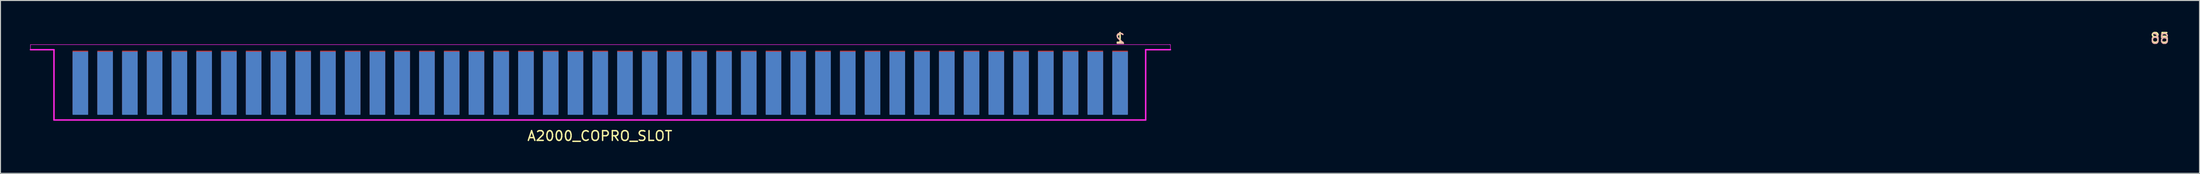
<source format=kicad_pcb>
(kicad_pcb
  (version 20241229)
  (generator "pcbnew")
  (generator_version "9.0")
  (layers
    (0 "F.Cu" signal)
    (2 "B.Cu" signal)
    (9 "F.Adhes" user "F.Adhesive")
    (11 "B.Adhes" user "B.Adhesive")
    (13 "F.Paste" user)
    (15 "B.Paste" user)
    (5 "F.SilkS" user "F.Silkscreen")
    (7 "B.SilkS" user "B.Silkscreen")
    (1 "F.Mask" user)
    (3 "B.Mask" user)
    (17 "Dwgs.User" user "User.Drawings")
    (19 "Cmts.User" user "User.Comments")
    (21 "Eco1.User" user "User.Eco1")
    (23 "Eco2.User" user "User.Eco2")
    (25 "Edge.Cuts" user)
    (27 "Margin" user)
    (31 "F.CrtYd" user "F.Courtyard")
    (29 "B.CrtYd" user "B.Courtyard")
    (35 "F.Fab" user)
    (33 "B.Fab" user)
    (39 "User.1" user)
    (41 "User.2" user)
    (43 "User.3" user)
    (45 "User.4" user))
  (footprint "A2000_COPRO_SLOT"
    (layer "F.Cu")
    (at 25.475 10.448)
    (property "Reference" "A2000_COPRO_SLOT" (at 33.02 0.5 0) (layer "F.SilkS") (effects (font (size 1 1) (thickness 0.15))))
    (attr through_hole)
    (fp_line (start -25.4 -8.9) (end -25.4 -8.382) (stroke (width 0.05) (type default)) (layer "F.CrtYd"))
    (fp_line (start -22.987 -8.382) (end -25.4 -8.382) (stroke (width 0.15) (type solid)) (layer "F.CrtYd"))
    (fp_line (start -22.987 -1.143) (end -22.987 -8.382) (stroke (width 0.15) (type solid)) (layer "F.CrtYd"))
    (fp_line (start 89.027 -8.382) (end 89.027 -1.143) (stroke (width 0.15) (type solid)) (layer "F.CrtYd"))
    (fp_line (start 89.027 -8.382) (end 91.567 -8.382) (stroke (width 0.15) (type solid)) (layer "F.CrtYd"))
    (fp_line (start 89.027 -1.143) (end -22.987 -1.143) (stroke (width 0.15) (type solid)) (layer "F.CrtYd"))
    (fp_line (start 91.45 -8.9) (end 91.567 -8.9) (stroke (width 0.05) (type default)) (layer "F.CrtYd"))
    (fp_line (start 91.55 -8.9) (end -25.4 -8.9) (stroke (width 0.05) (type default)) (layer "F.CrtYd"))
    (fp_line (start 91.567 -8.382) (end 91.567 -8.9) (stroke (width 0.05) (type default)) (layer "F.CrtYd"))
    (fp_text user "85" (at 193.08 -9.6 0) (layer "F.SilkS") (effects (font (size 1 1) (thickness 0.15))))
    (fp_text user "1" (at 86.4 -9.6 0) (layer "F.SilkS") (effects (font (size 1 1) (thickness 0.15))))
    (fp_text user "2" (at 86.4 -9.5 0) (layer "B.SilkS") (effects (font (size 1 1) (thickness 0.15)) (justify mirror)))
    (fp_text user "86" (at 193.08 -9.5 0) (layer "B.SilkS") (effects (font (size 1 1) (thickness 0.15)) (justify mirror)))
    (pad "" smd rect (at 33.02 -4.699) (size 112.014 7.239) (layers "*.Mask"))
    (pad "1" smd rect (at 86.4 -5.028) (size 1.6 6.5) (layers "F.Cu" "F.Mask" "F.Paste"))
    (pad "2" smd rect (at 86.4 -4.928) (size 1.6 6.5) (layers "B.Cu" "B.Mask" "B.Paste"))
    (pad "3" smd rect (at 83.86 -5.028) (size 1.6 6.5) (layers "F.Cu" "F.Mask" "F.Paste"))
    (pad "4" smd rect (at 83.86 -4.928) (size 1.6 6.5) (layers "B.Cu" "B.Mask" "B.Paste"))
    (pad "5" smd rect (at 81.32 -5.028) (size 1.6 6.5) (layers "F.Cu" "F.Mask" "F.Paste"))
    (pad "6" smd rect (at 81.32 -4.928) (size 1.6 6.5) (layers "B.Cu" "B.Mask" "B.Paste"))
    (pad "7" smd rect (at 78.78 -5.028) (size 1.6 6.5) (layers "F.Cu" "F.Mask" "F.Paste"))
    (pad "8" smd rect (at 78.78 -4.928) (size 1.6 6.5) (layers "B.Cu" "B.Mask" "B.Paste"))
    (pad "9" smd rect (at 76.24 -5.028) (size 1.6 6.5) (layers "F.Cu" "F.Mask" "F.Paste"))
    (pad "10" smd rect (at 76.24 -4.928) (size 1.6 6.5) (layers "B.Cu" "B.Mask" "B.Paste"))
    (pad "11" smd rect (at 73.7 -5.028) (size 1.6 6.5) (layers "F.Cu" "F.Mask" "F.Paste"))
    (pad "12" smd rect (at 73.7 -4.928) (size 1.6 6.5) (layers "B.Cu" "B.Mask" "B.Paste"))
    (pad "13" smd rect (at 71.16 -5.028) (size 1.6 6.5) (layers "F.Cu" "F.Mask" "F.Paste"))
    (pad "14" smd rect (at 71.16 -4.928) (size 1.6 6.5) (layers "B.Cu" "B.Mask" "B.Paste"))
    (pad "15" smd rect (at 68.62 -5.028) (size 1.6 6.5) (layers "F.Cu" "F.Mask" "F.Paste"))
    (pad "16" smd rect (at 68.62 -4.928) (size 1.6 6.5) (layers "B.Cu" "B.Mask" "B.Paste"))
    (pad "17" smd rect (at 66.08 -5.028) (size 1.6 6.5) (layers "F.Cu" "F.Mask" "F.Paste"))
    (pad "18" smd rect (at 66.08 -4.928) (size 1.6 6.5) (layers "B.Cu" "B.Mask" "B.Paste"))
    (pad "19" smd rect (at 63.54 -5.028) (size 1.6 6.5) (layers "F.Cu" "F.Mask" "F.Paste"))
    (pad "20" smd rect (at 63.54 -4.928) (size 1.6 6.5) (layers "B.Cu" "B.Mask" "B.Paste"))
    (pad "21" smd rect (at 61 -5.028) (size 1.6 6.5) (layers "F.Cu" "F.Mask" "F.Paste"))
    (pad "22" smd rect (at 61 -4.928) (size 1.6 6.5) (layers "B.Cu" "B.Mask" "B.Paste"))
    (pad "23" smd rect (at 58.46 -5.028) (size 1.6 6.5) (layers "F.Cu" "F.Mask" "F.Paste"))
    (pad "24" smd rect (at 58.46 -4.928) (size 1.6 6.5) (layers "B.Cu" "B.Mask" "B.Paste"))
    (pad "25" smd rect (at 55.92 -5.028) (size 1.6 6.5) (layers "F.Cu" "F.Mask" "F.Paste"))
    (pad "26" smd rect (at 55.92 -4.928) (size 1.6 6.5) (layers "B.Cu" "B.Mask" "B.Paste"))
    (pad "27" smd rect (at 53.38 -5.028) (size 1.6 6.5) (layers "F.Cu" "F.Mask" "F.Paste"))
    (pad "28" smd rect (at 53.38 -4.928) (size 1.6 6.5) (layers "B.Cu" "B.Mask" "B.Paste"))
    (pad "29" smd rect (at 50.84 -5.028) (size 1.6 6.5) (layers "F.Cu" "F.Mask" "F.Paste"))
    (pad "30" smd rect (at 50.84 -4.928) (size 1.6 6.5) (layers "B.Cu" "B.Mask" "B.Paste"))
    (pad "31" smd rect (at 48.3 -5.028) (size 1.6 6.5) (layers "F.Cu" "F.Mask" "F.Paste"))
    (pad "32" smd rect (at 48.3 -4.928) (size 1.6 6.5) (layers "B.Cu" "B.Mask" "B.Paste"))
    (pad "33" smd rect (at 45.76 -5.028) (size 1.6 6.5) (layers "F.Cu" "F.Mask" "F.Paste"))
    (pad "34" smd rect (at 45.76 -4.928) (size 1.6 6.5) (layers "B.Cu" "B.Mask" "B.Paste"))
    (pad "35" smd rect (at 43.22 -5.028) (size 1.6 6.5) (layers "F.Cu" "F.Mask" "F.Paste"))
    (pad "36" smd rect (at 43.22 -4.928) (size 1.6 6.5) (layers "B.Cu" "B.Mask" "B.Paste"))
    (pad "37" smd rect (at 40.68 -5.028) (size 1.6 6.5) (layers "F.Cu" "F.Mask" "F.Paste"))
    (pad "38" smd rect (at 40.68 -4.928) (size 1.6 6.5) (layers "B.Cu" "B.Mask" "B.Paste"))
    (pad "39" smd rect (at 38.14 -5.028) (size 1.6 6.5) (layers "F.Cu" "F.Mask" "F.Paste"))
    (pad "40" smd rect (at 38.14 -4.928) (size 1.6 6.5) (layers "B.Cu" "B.Mask" "B.Paste"))
    (pad "41" smd rect (at 35.6 -5.028) (size 1.6 6.5) (layers "F.Cu" "F.Mask" "F.Paste"))
    (pad "42" smd rect (at 35.6 -4.928) (size 1.6 6.5) (layers "B.Cu" "B.Mask" "B.Paste"))
    (pad "43" smd rect (at 33.06 -5.028) (size 1.6 6.5) (layers "F.Cu" "F.Mask" "F.Paste"))
    (pad "44" smd rect (at 33.06 -4.928) (size 1.6 6.5) (layers "B.Cu" "B.Mask" "B.Paste"))
    (pad "45" smd rect (at 30.52 -5.028) (size 1.6 6.5) (layers "F.Cu" "F.Mask" "F.Paste"))
    (pad "46" smd rect (at 30.52 -4.928) (size 1.6 6.5) (layers "B.Cu" "B.Mask" "B.Paste"))
    (pad "47" smd rect (at 27.98 -5.028) (size 1.6 6.5) (layers "F.Cu" "F.Mask" "F.Paste"))
    (pad "48" smd rect (at 27.98 -4.928) (size 1.6 6.5) (layers "B.Cu" "B.Mask" "B.Paste"))
    (pad "49" smd rect (at 25.44 -5.028) (size 1.6 6.5) (layers "F.Cu" "F.Mask" "F.Paste"))
    (pad "50" smd rect (at 25.44 -4.928) (size 1.6 6.5) (layers "B.Cu" "B.Mask" "B.Paste"))
    (pad "51" smd rect (at 22.9 -5.028) (size 1.6 6.5) (layers "F.Cu" "F.Mask" "F.Paste"))
    (pad "52" smd rect (at 22.9 -4.928) (size 1.6 6.5) (layers "B.Cu" "B.Mask" "B.Paste"))
    (pad "53" smd rect (at 20.36 -5.028) (size 1.6 6.5) (layers "F.Cu" "F.Mask" "F.Paste"))
    (pad "54" smd rect (at 20.36 -4.928) (size 1.6 6.5) (layers "B.Cu" "B.Mask" "B.Paste"))
    (pad "55" smd rect (at 17.82 -5.028) (size 1.6 6.5) (layers "F.Cu" "F.Mask" "F.Paste"))
    (pad "56" smd rect (at 17.82 -4.928) (size 1.6 6.5) (layers "B.Cu" "B.Mask" "B.Paste"))
    (pad "57" smd rect (at 15.28 -5.028) (size 1.6 6.5) (layers "F.Cu" "F.Mask" "F.Paste"))
    (pad "58" smd rect (at 15.28 -4.928) (size 1.6 6.5) (layers "B.Cu" "B.Mask" "B.Paste"))
    (pad "59" smd rect (at 12.74 -5.028) (size 1.6 6.5) (layers "F.Cu" "F.Mask" "F.Paste"))
    (pad "60" smd rect (at 12.74 -4.928) (size 1.6 6.5) (layers "B.Cu" "B.Mask" "B.Paste"))
    (pad "61" smd rect (at 10.2 -5.028) (size 1.6 6.5) (layers "F.Cu" "F.Mask" "F.Paste"))
    (pad "62" smd rect (at 10.2 -4.928) (size 1.6 6.5) (layers "B.Cu" "B.Mask" "B.Paste"))
    (pad "63" smd rect (at 7.66 -5.028) (size 1.6 6.5) (layers "F.Cu" "F.Mask" "F.Paste"))
    (pad "64" smd rect (at 7.66 -4.928) (size 1.6 6.5) (layers "B.Cu" "B.Mask" "B.Paste"))
    (pad "65" smd rect (at 5.12 -5.028) (size 1.6 6.5) (layers "F.Cu" "F.Mask" "F.Paste"))
    (pad "66" smd rect (at 5.12 -4.928) (size 1.6 6.5) (layers "B.Cu" "B.Mask" "B.Paste"))
    (pad "67" smd rect (at 2.58 -5.028) (size 1.6 6.5) (layers "F.Cu" "F.Mask" "F.Paste"))
    (pad "68" smd rect (at 2.58 -4.928) (size 1.6 6.5) (layers "B.Cu" "B.Mask" "B.Paste"))
    (pad "69" smd rect (at 0.04 -5.028) (size 1.6 6.5) (layers "F.Cu" "F.Mask" "F.Paste"))
    (pad "70" smd rect (at 0.04 -4.928) (size 1.6 6.5) (layers "B.Cu" "B.Mask" "B.Paste"))
    (pad "71" smd rect (at -2.5 -5.028) (size 1.6 6.5) (layers "F.Cu" "F.Mask" "F.Paste"))
    (pad "72" smd rect (at -2.5 -4.928) (size 1.6 6.5) (layers "B.Cu" "B.Mask" "B.Paste"))
    (pad "73" smd rect (at -5.04 -5.028) (size 1.6 6.5) (layers "F.Cu" "F.Mask" "F.Paste"))
    (pad "74" smd rect (at -5.04 -4.928) (size 1.6 6.5) (layers "B.Cu" "B.Mask" "B.Paste"))
    (pad "75" smd rect (at -7.58 -5.028) (size 1.6 6.5) (layers "F.Cu" "F.Mask" "F.Paste"))
    (pad "76" smd rect (at -7.58 -4.928) (size 1.6 6.5) (layers "B.Cu" "B.Mask" "B.Paste"))
    (pad "77" smd rect (at -10.12 -5.028) (size 1.6 6.5) (layers "F.Cu" "F.Mask" "F.Paste"))
    (pad "78" smd rect (at -10.12 -4.928) (size 1.6 6.5) (layers "B.Cu" "B.Mask" "B.Paste"))
    (pad "79" smd rect (at -12.66 -5.028) (size 1.6 6.5) (layers "F.Cu" "F.Mask" "F.Paste"))
    (pad "80" smd rect (at -12.66 -4.928) (size 1.6 6.5) (layers "B.Cu" "B.Mask" "B.Paste"))
    (pad "81" smd rect (at -15.2 -5.028) (size 1.6 6.5) (layers "F.Cu" "F.Mask" "F.Paste"))
    (pad "82" smd rect (at -15.2 -4.928) (size 1.6 6.5) (layers "B.Cu" "B.Mask" "B.Paste"))
    (pad "83" smd rect (at -17.74 -5.028) (size 1.6 6.5) (layers "F.Cu" "F.Mask" "F.Paste"))
    (pad "84" smd rect (at -17.74 -4.928) (size 1.6 6.5) (layers "B.Cu" "B.Mask" "B.Paste"))
    (pad "85" smd rect (at -20.28 -5.028) (size 1.6 6.5) (layers "F.Cu" "F.Mask" "F.Paste"))
    (pad "86" smd rect (at -20.28 -4.928) (size 1.6 6.5) (layers "B.Cu" "B.Mask" "B.Paste")))
  (gr_rect
    (start -3 -3)
    (end 222.632 14.796)
    (stroke (width 0.1) (type default))
    (fill no)
    (layer "Edge.Cuts")))
</source>
